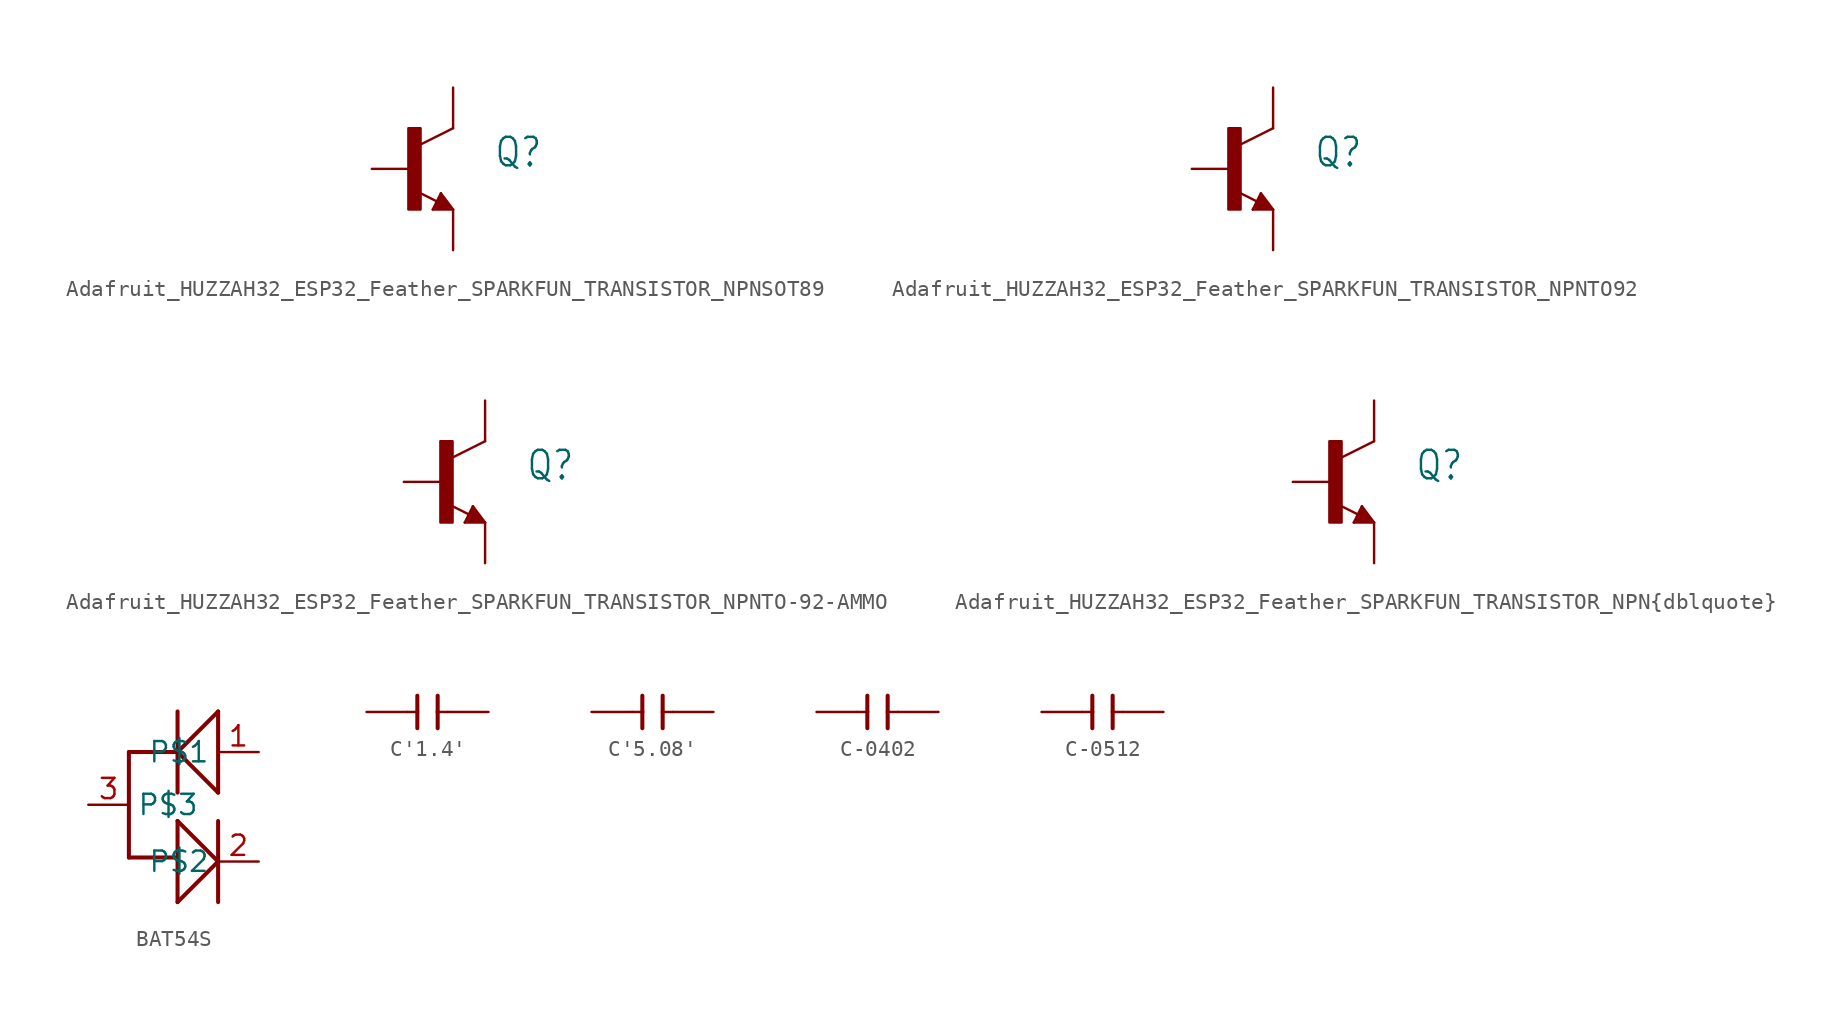
<source format=kicad_sym>
(kicad_symbol_lib
  (version 20231120)
  (generator "kicad_symbol_editor")
  (generator_version "8.0")
  (symbol "Adafruit_HUZZAH32_ESP32_Feather_SPARKFUN_TRANSISTOR_NPNSOT89"
    (property "Reference" "Q"
      (at 5.08 0 0)
      (effects (font (size 1.778 1.511)) (justify left bottom)))
    (property "Value" ""
      (at 5.08 -2.54 0)
      (effects (font (size 1.778 1.511)) (justify left bottom)))
    (property "ki_locked" ""
      (at 0 0 0)
      (effects (font (size 1.27 1.27))))
    (symbol "Adafruit_HUZZAH32_ESP32_Feather_SPARKFUN_TRANSISTOR_NPNSOT89_1_0"
      (rectangle (start -0.254 -2.54) (end 0.508 2.54) (stroke (width 0) (type default)) (fill (type outline)))
      (polyline (pts (xy 1.27 -2.54) (xy 1.778 -1.524)) (stroke (width 0.152) (type solid)) (fill (type none)))
      (polyline (pts (xy 1.524 -2.413) (xy 2.286 -2.413)) (stroke (width 0.254) (type solid)) (fill (type none)))
      (polyline (pts (xy 1.524 -2.286) (xy 1.905 -2.286)) (stroke (width 0.254) (type solid)) (fill (type none)))
      (polyline (pts (xy 1.54 -2.04) (xy 0.308 -1.424)) (stroke (width 0.152) (type solid)) (fill (type none)))
      (polyline (pts (xy 1.778 -1.778) (xy 1.524 -2.286)) (stroke (width 0.254) (type solid)) (fill (type none)))
      (polyline (pts (xy 1.778 -1.524) (xy 2.54 -2.54)) (stroke (width 0.152) (type solid)) (fill (type none)))
      (polyline (pts (xy 1.905 -2.286) (xy 1.778 -2.032)) (stroke (width 0.254) (type solid)) (fill (type none)))
      (polyline (pts (xy 2.286 -2.413) (xy 1.778 -1.778)) (stroke (width 0.254) (type solid)) (fill (type none)))
      (polyline (pts (xy 2.54 -2.54) (xy 1.27 -2.54)) (stroke (width 0.152) (type solid)) (fill (type none)))
      (polyline (pts (xy 2.54 2.54) (xy 0.508 1.524)) (stroke (width 0.152) (type solid)) (fill (type none)))
      (pin passive line (at -2.54 0 0) (length 2.54) (name "B" (effects (font (size 0 0)))) (number "1" (effects (font (size 0 0)))))
      (pin passive line (at 2.54 5.08 270) (length 2.54) (name "C" (effects (font (size 0 0)))) (number "2" (effects (font (size 0 0)))))
      (pin passive line (at 2.54 -5.08 90) (length 2.54) (name "E" (effects (font (size 0 0)))) (number "3" (effects (font (size 0 0)))))))
  (symbol "Adafruit_HUZZAH32_ESP32_Feather_SPARKFUN_TRANSISTOR_NPNTO92"
    (property "Reference" "Q"
      (at 5.08 0 0)
      (effects (font (size 1.778 1.511)) (justify left bottom)))
    (property "Value" ""
      (at 5.08 -2.54 0)
      (effects (font (size 1.778 1.511)) (justify left bottom)))
    (property "ki_locked" ""
      (at 0 0 0)
      (effects (font (size 1.27 1.27))))
    (symbol "Adafruit_HUZZAH32_ESP32_Feather_SPARKFUN_TRANSISTOR_NPNTO92_1_0"
      (rectangle (start -0.254 -2.54) (end 0.508 2.54) (stroke (width 0) (type default)) (fill (type outline)))
      (polyline (pts (xy 1.27 -2.54) (xy 1.778 -1.524)) (stroke (width 0.152) (type solid)) (fill (type none)))
      (polyline (pts (xy 1.524 -2.413) (xy 2.286 -2.413)) (stroke (width 0.254) (type solid)) (fill (type none)))
      (polyline (pts (xy 1.524 -2.286) (xy 1.905 -2.286)) (stroke (width 0.254) (type solid)) (fill (type none)))
      (polyline (pts (xy 1.54 -2.04) (xy 0.308 -1.424)) (stroke (width 0.152) (type solid)) (fill (type none)))
      (polyline (pts (xy 1.778 -1.778) (xy 1.524 -2.286)) (stroke (width 0.254) (type solid)) (fill (type none)))
      (polyline (pts (xy 1.778 -1.524) (xy 2.54 -2.54)) (stroke (width 0.152) (type solid)) (fill (type none)))
      (polyline (pts (xy 1.905 -2.286) (xy 1.778 -2.032)) (stroke (width 0.254) (type solid)) (fill (type none)))
      (polyline (pts (xy 2.286 -2.413) (xy 1.778 -1.778)) (stroke (width 0.254) (type solid)) (fill (type none)))
      (polyline (pts (xy 2.54 -2.54) (xy 1.27 -2.54)) (stroke (width 0.152) (type solid)) (fill (type none)))
      (polyline (pts (xy 2.54 2.54) (xy 0.508 1.524)) (stroke (width 0.152) (type solid)) (fill (type none)))
      (pin passive line (at 2.54 -5.08 90) (length 2.54) (name "E" (effects (font (size 0 0)))) (number "1" (effects (font (size 0 0)))))
      (pin passive line (at -2.54 0 0) (length 2.54) (name "B" (effects (font (size 0 0)))) (number "2" (effects (font (size 0 0)))))
      (pin passive line (at 2.54 5.08 270) (length 2.54) (name "C" (effects (font (size 0 0)))) (number "3" (effects (font (size 0 0)))))))
  (symbol "Adafruit_HUZZAH32_ESP32_Feather_SPARKFUN_TRANSISTOR_NPNTO-92-AMMO"
    (property "Reference" "Q"
      (at 5.08 0 0)
      (effects (font (size 1.778 1.511)) (justify left bottom)))
    (property "Value" ""
      (at 5.08 -2.54 0)
      (effects (font (size 1.778 1.511)) (justify left bottom)))
    (property "ki_locked" ""
      (at 0 0 0)
      (effects (font (size 1.27 1.27))))
    (symbol "Adafruit_HUZZAH32_ESP32_Feather_SPARKFUN_TRANSISTOR_NPNTO-92-AMMO_1_0"
      (rectangle (start -0.254 -2.54) (end 0.508 2.54) (stroke (width 0) (type default)) (fill (type outline)))
      (polyline (pts (xy 1.27 -2.54) (xy 1.778 -1.524)) (stroke (width 0.152) (type solid)) (fill (type none)))
      (polyline (pts (xy 1.524 -2.413) (xy 2.286 -2.413)) (stroke (width 0.254) (type solid)) (fill (type none)))
      (polyline (pts (xy 1.524 -2.286) (xy 1.905 -2.286)) (stroke (width 0.254) (type solid)) (fill (type none)))
      (polyline (pts (xy 1.54 -2.04) (xy 0.308 -1.424)) (stroke (width 0.152) (type solid)) (fill (type none)))
      (polyline (pts (xy 1.778 -1.778) (xy 1.524 -2.286)) (stroke (width 0.254) (type solid)) (fill (type none)))
      (polyline (pts (xy 1.778 -1.524) (xy 2.54 -2.54)) (stroke (width 0.152) (type solid)) (fill (type none)))
      (polyline (pts (xy 1.905 -2.286) (xy 1.778 -2.032)) (stroke (width 0.254) (type solid)) (fill (type none)))
      (polyline (pts (xy 2.286 -2.413) (xy 1.778 -1.778)) (stroke (width 0.254) (type solid)) (fill (type none)))
      (polyline (pts (xy 2.54 -2.54) (xy 1.27 -2.54)) (stroke (width 0.152) (type solid)) (fill (type none)))
      (polyline (pts (xy 2.54 2.54) (xy 0.508 1.524)) (stroke (width 0.152) (type solid)) (fill (type none)))
      (pin passive line (at 2.54 -5.08 90) (length 2.54) (name "E" (effects (font (size 0 0)))) (number "1" (effects (font (size 0 0)))))
      (pin passive line (at -2.54 0 0) (length 2.54) (name "B" (effects (font (size 0 0)))) (number "2" (effects (font (size 0 0)))))
      (pin passive line (at 2.54 5.08 270) (length 2.54) (name "C" (effects (font (size 0 0)))) (number "3" (effects (font (size 0 0)))))))
  (symbol "Adafruit_HUZZAH32_ESP32_Feather_SPARKFUN_TRANSISTOR_NPN{dblquote}"
    (property "Reference" "Q"
      (at 5.08 0 0)
      (effects (font (size 1.778 1.511)) (justify left bottom)))
    (property "Value" ""
      (at 5.08 -2.54 0)
      (effects (font (size 1.778 1.511)) (justify left bottom)))
    (property "ki_locked" ""
      (at 0 0 0)
      (effects (font (size 1.27 1.27))))
    (symbol "Adafruit_HUZZAH32_ESP32_Feather_SPARKFUN_TRANSISTOR_NPN{dblquote}_1_0"
      (rectangle (start -0.254 -2.54) (end 0.508 2.54) (stroke (width 0) (type default)) (fill (type outline)))
      (polyline (pts (xy 1.27 -2.54) (xy 1.778 -1.524)) (stroke (width 0.152) (type solid)) (fill (type none)))
      (polyline (pts (xy 1.524 -2.413) (xy 2.286 -2.413)) (stroke (width 0.254) (type solid)) (fill (type none)))
      (polyline (pts (xy 1.524 -2.286) (xy 1.905 -2.286)) (stroke (width 0.254) (type solid)) (fill (type none)))
      (polyline (pts (xy 1.54 -2.04) (xy 0.308 -1.424)) (stroke (width 0.152) (type solid)) (fill (type none)))
      (polyline (pts (xy 1.778 -1.778) (xy 1.524 -2.286)) (stroke (width 0.254) (type solid)) (fill (type none)))
      (polyline (pts (xy 1.778 -1.524) (xy 2.54 -2.54)) (stroke (width 0.152) (type solid)) (fill (type none)))
      (polyline (pts (xy 1.905 -2.286) (xy 1.778 -2.032)) (stroke (width 0.254) (type solid)) (fill (type none)))
      (polyline (pts (xy 2.286 -2.413) (xy 1.778 -1.778)) (stroke (width 0.254) (type solid)) (fill (type none)))
      (polyline (pts (xy 2.54 -2.54) (xy 1.27 -2.54)) (stroke (width 0.152) (type solid)) (fill (type none)))
      (polyline (pts (xy 2.54 2.54) (xy 0.508 1.524)) (stroke (width 0.152) (type solid)) (fill (type none)))
      (pin passive line (at -2.54 0 0) (length 2.54) (name "B" (effects (font (size 0 0)))) (number "1" (effects (font (size 0 0)))))
      (pin passive line (at 2.54 5.08 270) (length 2.54) (name "C" (effects (font (size 0 0)))) (number "2" (effects (font (size 0 0)))))
      (pin passive line (at 2.54 -5.08 90) (length 2.54) (name "E" (effects (font (size 0 0)))) (number "3" (effects (font (size 0 0)))))))
  (symbol "BAT54S"
    (property "Reference" "Q"
      (at -6.604 6.604 0)
      (effects (font (size 2 1.7)) (justify left bottom) (hide yes)))
    (property "ki_locked" ""
      (at 0 0 0)
      (effects (font (size 1.27 1.27))))
    (symbol "BAT54S_1_0"
      (polyline (pts (xy -3.302 3.048) (xy -3.302 -3.556)) (stroke (width 0.254) (type solid)) (fill (type none)))
      (polyline (pts (xy -0.254 -6.35) (xy 2.286 -3.81)) (stroke (width 0.254) (type solid)) (fill (type none)))
      (polyline (pts (xy -0.254 -3.556) (xy -3.302 -3.556)) (stroke (width 0.254) (type solid)) (fill (type none)))
      (polyline (pts (xy -0.254 -1.27) (xy -0.254 -6.35)) (stroke (width 0.254) (type solid)) (fill (type none)))
      (polyline (pts (xy -0.254 3.048) (xy -3.302 3.048)) (stroke (width 0.254) (type solid)) (fill (type none)))
      (polyline (pts (xy -0.254 3.048) (xy -0.254 0.508)) (stroke (width 0.254) (type solid)) (fill (type none)))
      (polyline (pts (xy -0.254 3.048) (xy 2.286 0.508)) (stroke (width 0.254) (type solid)) (fill (type none)))
      (polyline (pts (xy -0.254 5.588) (xy -0.254 3.048)) (stroke (width 0.254) (type solid)) (fill (type none)))
      (polyline (pts (xy 2.286 -6.35) (xy 2.286 -3.81)) (stroke (width 0.254) (type solid)) (fill (type none)))
      (polyline (pts (xy 2.286 -3.81) (xy -0.254 -1.27)) (stroke (width 0.254) (type solid)) (fill (type none)))
      (polyline (pts (xy 2.286 -3.81) (xy 2.286 -1.27)) (stroke (width 0.254) (type solid)) (fill (type none)))
      (polyline (pts (xy 2.286 0.508) (xy 2.286 5.588)) (stroke (width 0.254) (type solid)) (fill (type none)))
      (polyline (pts (xy 2.286 5.588) (xy -0.254 3.048)) (stroke (width 0.254) (type solid)) (fill (type none)))
      (pin bidirectional line (at 4.826 3.048 180) (length 2.54) (name "P$1" (effects (font (size 1.27 1.27)))) (number "1" (effects (font (size 1.27 1.27)))))
      (pin bidirectional line (at 4.826 -3.81 180) (length 2.54) (name "P$2" (effects (font (size 1.27 1.27)))) (number "2" (effects (font (size 1.27 1.27)))))
      (pin bidirectional line (at -5.842 -0.254 0) (length 2.54) (name "P$3" (effects (font (size 1.27 1.27)))) (number "3" (effects (font (size 1.27 1.27)))))))
  (symbol "C'1.4'"
    (property "Reference" "C"
      (at -3.81 0 0)
      (effects (font (size 1.27 1.079)) (justify left bottom) (hide yes)))
    (property "ki_locked" ""
      (at 0 0 0)
      (effects (font (size 1.27 1.27))))
    (symbol "C'1.4'_1_0"
      (polyline (pts (xy -1.27 0) (xy -0.635 0)) (stroke (width 0.152) (type solid)) (fill (type none)))
      (polyline (pts (xy -0.635 -1.016) (xy -0.635 0)) (stroke (width 0.254) (type solid)) (fill (type none)))
      (polyline (pts (xy -0.635 0) (xy -0.635 1.016)) (stroke (width 0.254) (type solid)) (fill (type none)))
      (polyline (pts (xy 0.635 0) (xy 0.635 -1.016)) (stroke (width 0.254) (type solid)) (fill (type none)))
      (polyline (pts (xy 0.635 0) (xy 1.27 0)) (stroke (width 0.152) (type solid)) (fill (type none)))
      (polyline (pts (xy 0.635 1.016) (xy 0.635 0)) (stroke (width 0.254) (type solid)) (fill (type none)))
      (pin passive line (at -3.81 0 0) (length 2.54) (name "1" (effects (font (size 0 0)))) (number "1" (effects (font (size 0 0)))))
      (pin passive line (at 3.81 0 180) (length 2.54) (name "2" (effects (font (size 0 0)))) (number "2" (effects (font (size 0 0)))))))
  (symbol "C'5.08'"
    (property "Reference" "C"
      (at -3.81 0 0)
      (effects (font (size 1.27 1.079)) (justify left bottom) (hide yes)))
    (property "ki_locked" ""
      (at 0 0 0)
      (effects (font (size 1.27 1.27))))
    (symbol "C'5.08'_1_0"
      (polyline (pts (xy -1.27 0) (xy -0.635 0)) (stroke (width 0.152) (type solid)) (fill (type none)))
      (polyline (pts (xy -0.635 -1.016) (xy -0.635 0)) (stroke (width 0.254) (type solid)) (fill (type none)))
      (polyline (pts (xy -0.635 0) (xy -0.635 1.016)) (stroke (width 0.254) (type solid)) (fill (type none)))
      (polyline (pts (xy 0.635 0) (xy 0.635 -1.016)) (stroke (width 0.254) (type solid)) (fill (type none)))
      (polyline (pts (xy 0.635 0) (xy 1.27 0)) (stroke (width 0.152) (type solid)) (fill (type none)))
      (polyline (pts (xy 0.635 1.016) (xy 0.635 0)) (stroke (width 0.254) (type solid)) (fill (type none)))
      (pin passive line (at -3.81 0 0) (length 2.54) (name "1" (effects (font (size 0 0)))) (number "1" (effects (font (size 0 0)))))
      (pin passive line (at 3.81 0 180) (length 2.54) (name "2" (effects (font (size 0 0)))) (number "2" (effects (font (size 0 0)))))))
  (symbol "C-0402"
    (property "Reference" "C"
      (at -3.81 0 0)
      (effects (font (size 1.27 1.079)) (justify left bottom) (hide yes)))
    (property "ki_locked" ""
      (at 0 0 0)
      (effects (font (size 1.27 1.27))))
    (symbol "C-0402_1_0"
      (polyline (pts (xy -1.27 0) (xy -0.635 0)) (stroke (width 0.152) (type solid)) (fill (type none)))
      (polyline (pts (xy -0.635 -1.016) (xy -0.635 0)) (stroke (width 0.254) (type solid)) (fill (type none)))
      (polyline (pts (xy -0.635 0) (xy -0.635 1.016)) (stroke (width 0.254) (type solid)) (fill (type none)))
      (polyline (pts (xy 0.635 0) (xy 0.635 -1.016)) (stroke (width 0.254) (type solid)) (fill (type none)))
      (polyline (pts (xy 0.635 0) (xy 1.27 0)) (stroke (width 0.152) (type solid)) (fill (type none)))
      (polyline (pts (xy 0.635 1.016) (xy 0.635 0)) (stroke (width 0.254) (type solid)) (fill (type none)))
      (pin passive line (at -3.81 0 0) (length 2.54) (name "1" (effects (font (size 0 0)))) (number "1" (effects (font (size 0 0)))))
      (pin passive line (at 3.81 0 180) (length 2.54) (name "2" (effects (font (size 0 0)))) (number "2" (effects (font (size 0 0)))))))
  (symbol "C-0512"
    (property "Reference" "C"
      (at -3.81 0 0)
      (effects (font (size 1.27 1.079)) (justify left bottom) (hide yes)))
    (property "ki_locked" ""
      (at 0 0 0)
      (effects (font (size 1.27 1.27))))
    (symbol "C-0512_1_0"
      (polyline (pts (xy -1.27 0) (xy -0.635 0)) (stroke (width 0.152) (type solid)) (fill (type none)))
      (polyline (pts (xy -0.635 -1.016) (xy -0.635 0)) (stroke (width 0.254) (type solid)) (fill (type none)))
      (polyline (pts (xy -0.635 0) (xy -0.635 1.016)) (stroke (width 0.254) (type solid)) (fill (type none)))
      (polyline (pts (xy 0.635 0) (xy 0.635 -1.016)) (stroke (width 0.254) (type solid)) (fill (type none)))
      (polyline (pts (xy 0.635 0) (xy 1.27 0)) (stroke (width 0.152) (type solid)) (fill (type none)))
      (polyline (pts (xy 0.635 1.016) (xy 0.635 0)) (stroke (width 0.254) (type solid)) (fill (type none)))
      (pin passive line (at -3.81 0 0) (length 2.54) (name "1" (effects (font (size 0 0)))) (number "P$1" (effects (font (size 0 0)))))
      (pin passive line (at 3.81 0 180) (length 2.54) (name "2" (effects (font (size 0 0)))) (number "P$2" (effects (font (size 0 0))))))))
</source>
